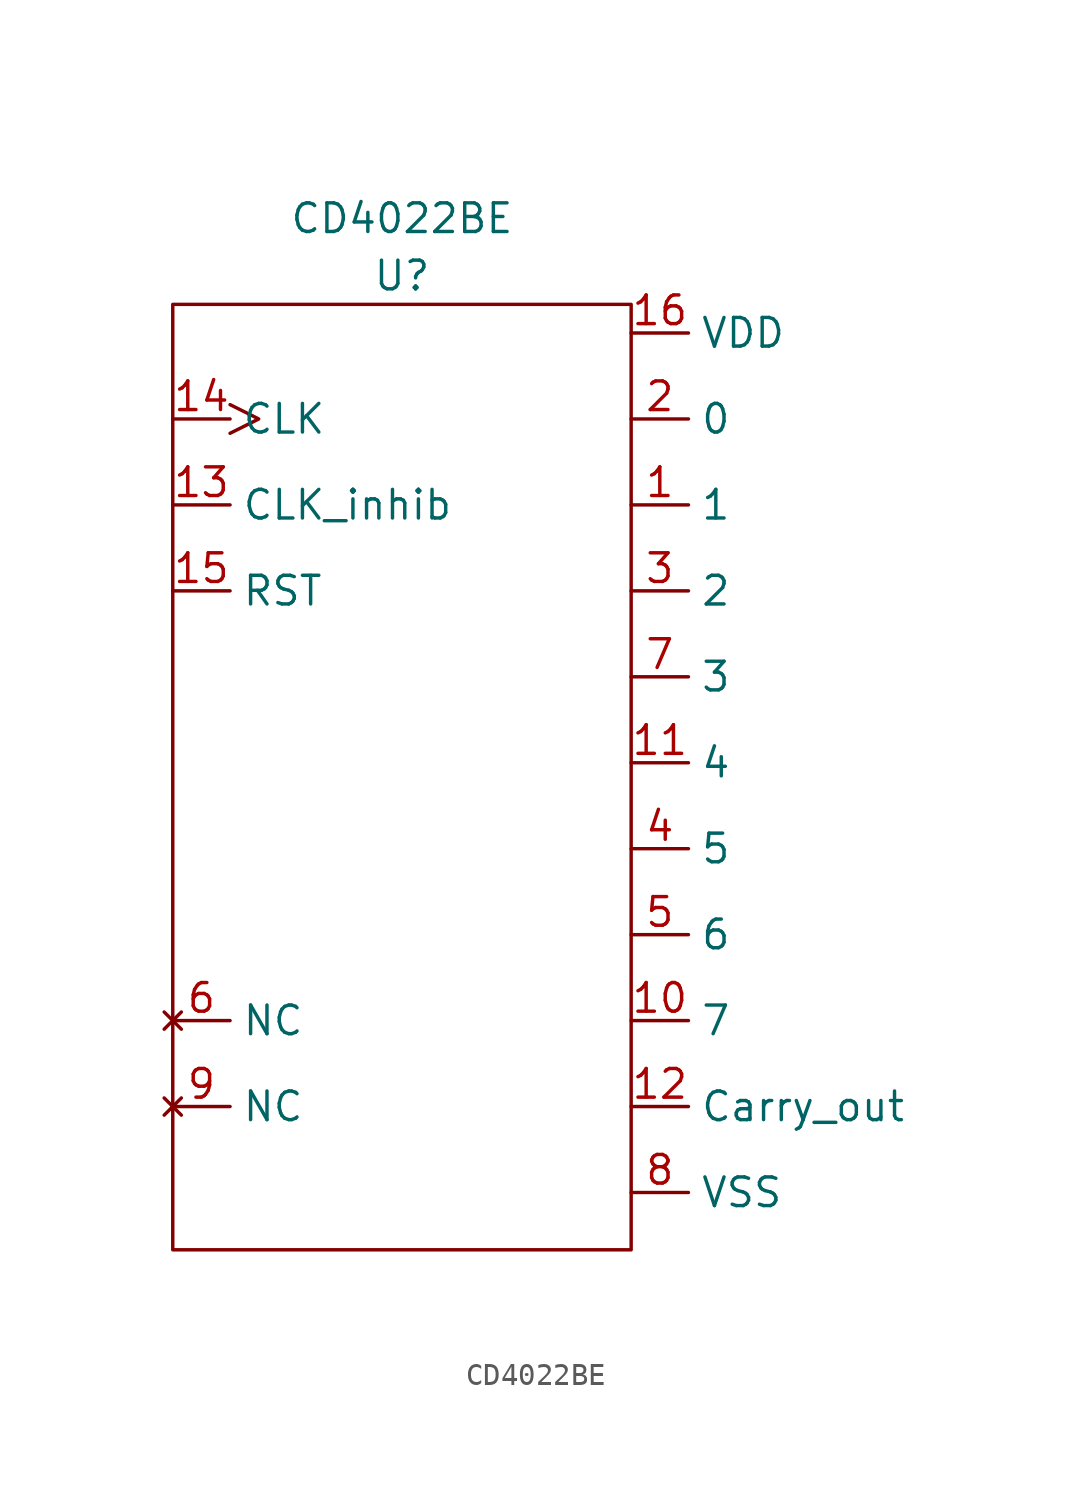
<source format=kicad_sym>
(kicad_symbol_lib
  (version 20211014)
  (generator kicad_symbol_editor)
  (symbol "CD4022BE"
    (property "Reference" "U"
      (at -5.08 0 0)
      (effects (font (size 1.27 1.27))))
    (property "Value" "CD4022BE"
      (at -5.08 2.54 0)
      (effects (font (size 1.27 1.27))))
    (symbol "CD4022BE_0_1"
      (rectangle (start -15.24 -1.27) (end 5.08 -43.18) (stroke (width 0) (type default) (color 0 0 0 0)) (fill (type none))))
    (symbol "CD4022BE_1_1"
      (pin output line (at 5.08 -10.16 0) (length 2.54) (name "1" (effects (font (size 1.27 1.27)))) (number "1" (effects (font (size 1.27 1.27)))))
      (pin output line (at 5.08 -33.02 0) (length 2.54) (name "7" (effects (font (size 1.27 1.27)))) (number "10" (effects (font (size 1.27 1.27)))))
      (pin output line (at 5.08 -21.59 0) (length 2.54) (name "4" (effects (font (size 1.27 1.27)))) (number "11" (effects (font (size 1.27 1.27)))))
      (pin output line (at 5.08 -36.83 0) (length 2.54) (name "Carry_out" (effects (font (size 1.27 1.27)))) (number "12" (effects (font (size 1.27 1.27)))))
      (pin input line (at -15.24 -10.16 0) (length 2.54) (name "CLK_inhib" (effects (font (size 1.27 1.27)))) (number "13" (effects (font (size 1.27 1.27)))))
      (pin input clock (at -15.24 -6.35 0) (length 2.54) (name "CLK" (effects (font (size 1.27 1.27)))) (number "14" (effects (font (size 1.27 1.27)))))
      (pin input line (at -15.24 -13.97 0) (length 2.54) (name "RST" (effects (font (size 1.27 1.27)))) (number "15" (effects (font (size 1.27 1.27)))))
      (pin power_in line (at 5.08 -2.54 0) (length 2.54) (name "VDD" (effects (font (size 1.27 1.27)))) (number "16" (effects (font (size 1.27 1.27)))))
      (pin output line (at 5.08 -6.35 0) (length 2.54) (name "0" (effects (font (size 1.27 1.27)))) (number "2" (effects (font (size 1.27 1.27)))))
      (pin output line (at 5.08 -13.97 0) (length 2.54) (name "2" (effects (font (size 1.27 1.27)))) (number "3" (effects (font (size 1.27 1.27)))))
      (pin output line (at 5.08 -25.4 0) (length 2.54) (name "5" (effects (font (size 1.27 1.27)))) (number "4" (effects (font (size 1.27 1.27)))))
      (pin output line (at 5.08 -29.21 0) (length 2.54) (name "6" (effects (font (size 1.27 1.27)))) (number "5" (effects (font (size 1.27 1.27)))))
      (pin no_connect line (at -15.24 -33.02 0) (length 2.54) (name "NC" (effects (font (size 1.27 1.27)))) (number "6" (effects (font (size 1.27 1.27)))))
      (pin output line (at 5.08 -17.78 0) (length 2.54) (name "3" (effects (font (size 1.27 1.27)))) (number "7" (effects (font (size 1.27 1.27)))))
      (pin power_in line (at 5.08 -40.64 0) (length 2.54) (name "VSS" (effects (font (size 1.27 1.27)))) (number "8" (effects (font (size 1.27 1.27)))))
      (pin no_connect line (at -15.24 -36.83 0) (length 2.54) (name "NC" (effects (font (size 1.27 1.27)))) (number "9" (effects (font (size 1.27 1.27))))))))
</source>
